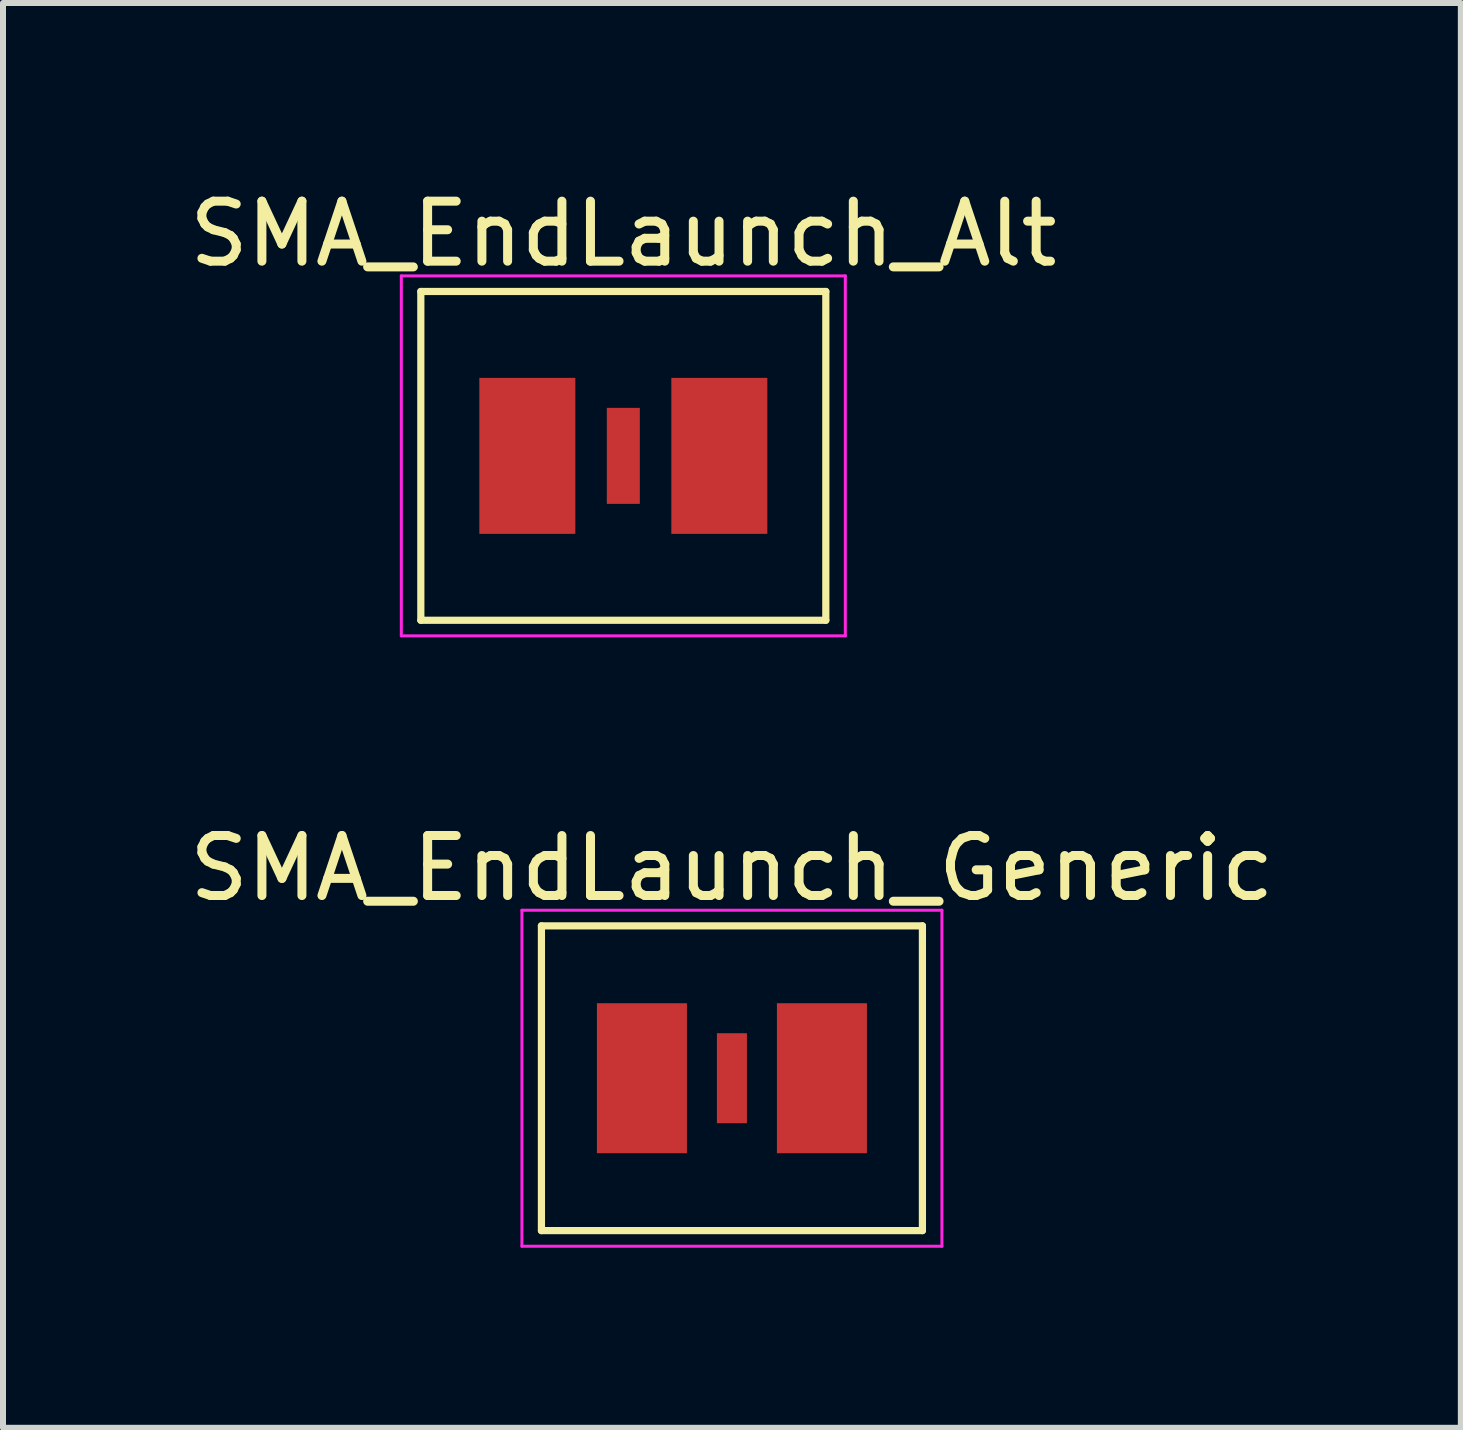
<source format=kicad_pcb>
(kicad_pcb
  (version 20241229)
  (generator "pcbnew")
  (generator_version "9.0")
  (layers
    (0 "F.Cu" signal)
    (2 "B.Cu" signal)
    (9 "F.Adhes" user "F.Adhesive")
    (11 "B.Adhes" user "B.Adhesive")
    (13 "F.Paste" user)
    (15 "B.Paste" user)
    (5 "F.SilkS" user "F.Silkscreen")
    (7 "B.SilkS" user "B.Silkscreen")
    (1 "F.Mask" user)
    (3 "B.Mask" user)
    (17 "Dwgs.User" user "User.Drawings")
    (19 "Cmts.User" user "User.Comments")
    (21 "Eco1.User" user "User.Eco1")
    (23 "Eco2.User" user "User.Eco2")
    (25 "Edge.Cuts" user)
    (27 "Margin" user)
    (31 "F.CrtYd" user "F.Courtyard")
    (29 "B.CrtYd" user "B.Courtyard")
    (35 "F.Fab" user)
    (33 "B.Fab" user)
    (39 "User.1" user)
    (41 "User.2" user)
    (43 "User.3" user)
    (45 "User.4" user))
  (footprint "SMA_EndLaunch_Alt"
    (layer "F.Cu")
    (at 7.339 4.548)
    (property "Reference" "SMA_EndLaunch_Alt" (at 0 -3.7 0) (layer "F.SilkS") (effects (font (size 1 1) (thickness 0.15))))
    (attr through_hole)
    (fp_line (start -3.375 -2.74) (end -3.375 2.74) (stroke (width 0.12) (type solid)) (layer "F.SilkS"))
    (fp_line (start -3.375 -2.74) (end 3.375 -2.74) (stroke (width 0.12) (type solid)) (layer "F.SilkS"))
    (fp_line (start -3.375 2.74) (end 3.375 2.74) (stroke (width 0.12) (type solid)) (layer "F.SilkS"))
    (fp_line (start 3.375 -2.74) (end 3.375 2.74) (stroke (width 0.12) (type solid)) (layer "F.SilkS"))
    (fp_line (start -3.7 -3) (end -3.7 3) (stroke (width 0.05) (type solid)) (layer "F.CrtYd"))
    (fp_line (start -3.7 -3) (end 3.7 -3) (stroke (width 0.05) (type solid)) (layer "F.CrtYd"))
    (fp_line (start -3.7 3) (end 3.7 3) (stroke (width 0.05) (type solid)) (layer "F.CrtYd"))
    (fp_line (start 3.7 -3) (end 3.7 3) (stroke (width 0.05) (type solid)) (layer "F.CrtYd"))
    (pad "1" smd rect (at 0 0) (size 0.55 1.6) (layers "F.Cu" "F.Mask" "F.Paste"))
    (pad "2" smd rect (at -1.6 0) (size 1.6 2.6) (layers "F.Cu" "F.Mask" "F.Paste"))
    (pad "2" smd rect (at 1.6 0) (size 1.6 2.6) (layers "F.Cu" "F.Mask" "F.Paste")))
  (footprint "SMA_EndLaunch_Generic"
    (layer "F.Cu")
    (at 9.149 14.921)
    (property "Reference" "SMA_EndLaunch_Generic" (at 0 -3.5 0) (layer "F.SilkS") (effects (font (size 1 1) (thickness 0.15))))
    (attr through_hole)
    (fp_line (start -3.175 -2.54) (end -3.175 2.54) (stroke (width 0.12) (type solid)) (layer "F.SilkS"))
    (fp_line (start -3.175 -2.54) (end 3.175 -2.54) (stroke (width 0.12) (type solid)) (layer "F.SilkS"))
    (fp_line (start -3.175 2.54) (end 3.175 2.54) (stroke (width 0.12) (type solid)) (layer "F.SilkS"))
    (fp_line (start 3.175 -2.54) (end 3.175 2.54) (stroke (width 0.12) (type solid)) (layer "F.SilkS"))
    (fp_line (start -3.5 -2.8) (end -3.5 2.8) (stroke (width 0.05) (type solid)) (layer "F.CrtYd"))
    (fp_line (start -3.5 -2.8) (end 3.5 -2.8) (stroke (width 0.05) (type solid)) (layer "F.CrtYd"))
    (fp_line (start -3.5 2.8) (end 3.5 2.8) (stroke (width 0.05) (type solid)) (layer "F.CrtYd"))
    (fp_line (start 3.5 -2.8) (end 3.5 2.8) (stroke (width 0.05) (type solid)) (layer "F.CrtYd"))
    (pad "1" smd rect (at 0 0) (size 0.5 1.5) (layers "F.Cu" "F.Mask" "F.Paste"))
    (pad "2" smd rect (at -1.5 0) (size 1.5 2.5) (layers "F.Cu" "F.Mask" "F.Paste"))
    (pad "2" smd rect (at 1.5 0) (size 1.5 2.5) (layers "F.Cu" "F.Mask" "F.Paste")))
  (gr_rect
    (start -3 -3)
    (end 21.298 20.747)
    (stroke (width 0.1) (type default))
    (fill no)
    (layer "Edge.Cuts")))
</source>
